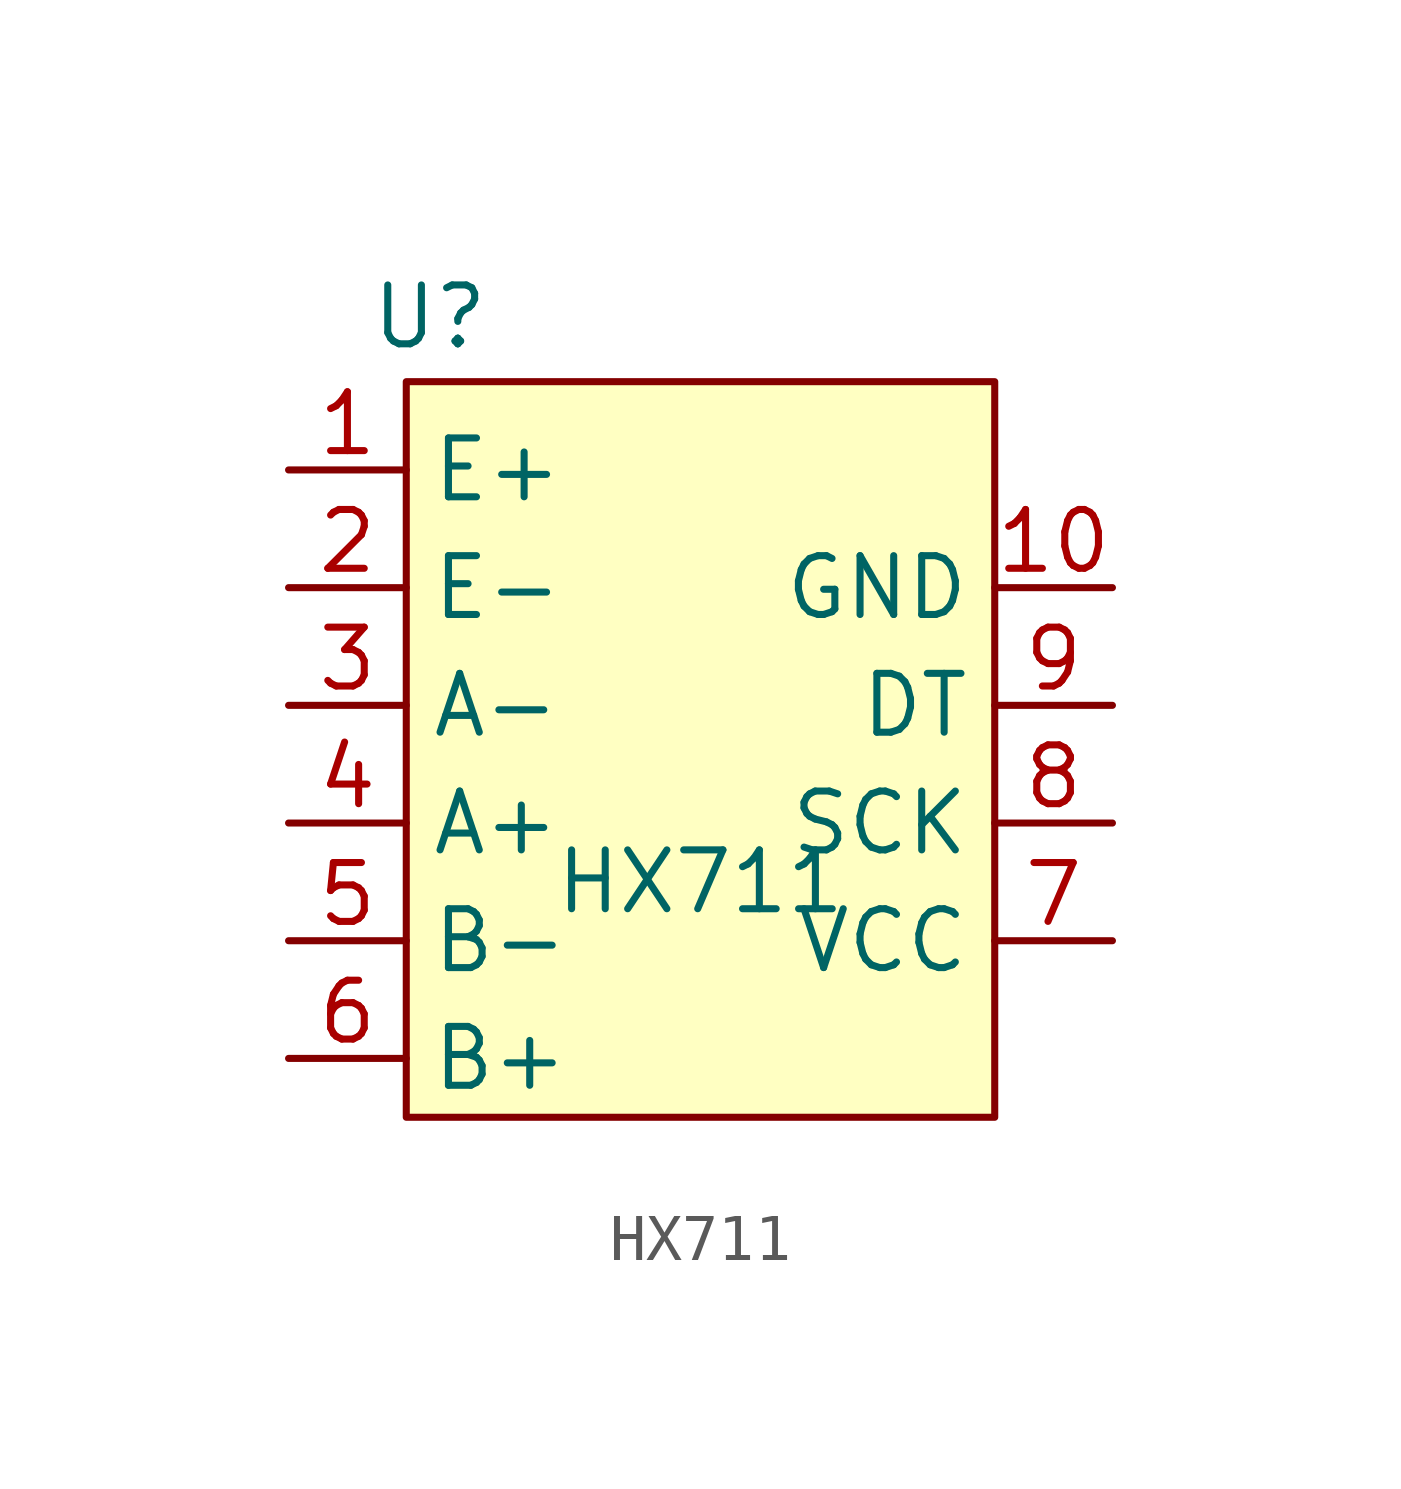
<source format=kicad_sym>
(kicad_symbol_lib
  (version 20231120)
  (generator "kicad_symbol_editor")
  (generator_version "8.0")
  (symbol "HX711"
    (property "Reference" "U"
      (at -5.842 9.652 0)
      (effects (font (size 1.27 1.27))))
    (property "Value" "HX711"
      (at 0 -2.54 0)
      (effects (font (size 1.27 1.27))))
    (symbol "HX711_0_1"
      (rectangle (start -6.35 8.255) (end 6.35 -7.62) (stroke (width 0) (type default)) (fill (type background))))
    (symbol "HX711_1_1"
      (pin bidirectional line (at -8.89 6.35 0) (length 2.54) (name "E+" (effects (font (size 1.27 1.27)))) (number "1" (effects (font (size 1.27 1.27)))))
      (pin passive line (at 8.89 3.81 180) (length 2.54) (name "GND" (effects (font (size 1.27 1.27)))) (number "10" (effects (font (size 1.27 1.27)))))
      (pin bidirectional line (at -8.89 3.81 0) (length 2.54) (name "E-" (effects (font (size 1.27 1.27)))) (number "2" (effects (font (size 1.27 1.27)))))
      (pin bidirectional line (at -8.89 1.27 0) (length 2.54) (name "A-" (effects (font (size 1.27 1.27)))) (number "3" (effects (font (size 1.27 1.27)))))
      (pin bidirectional line (at -8.89 -1.27 0) (length 2.54) (name "A+" (effects (font (size 1.27 1.27)))) (number "4" (effects (font (size 1.27 1.27)))))
      (pin bidirectional line (at -8.89 -3.81 0) (length 2.54) (name "B-" (effects (font (size 1.27 1.27)))) (number "5" (effects (font (size 1.27 1.27)))))
      (pin bidirectional line (at -8.89 -6.35 0) (length 2.54) (name "B+" (effects (font (size 1.27 1.27)))) (number "6" (effects (font (size 1.27 1.27)))))
      (pin bidirectional line (at 8.89 -3.81 180) (length 2.54) (name "VCC" (effects (font (size 1.27 1.27)))) (number "7" (effects (font (size 1.27 1.27)))))
      (pin input line (at 8.89 -1.27 180) (length 2.54) (name "SCK" (effects (font (size 1.27 1.27)))) (number "8" (effects (font (size 1.27 1.27)))))
      (pin output line (at 8.89 1.27 180) (length 2.54) (name "DT" (effects (font (size 1.27 1.27)))) (number "9" (effects (font (size 1.27 1.27))))))))
</source>
